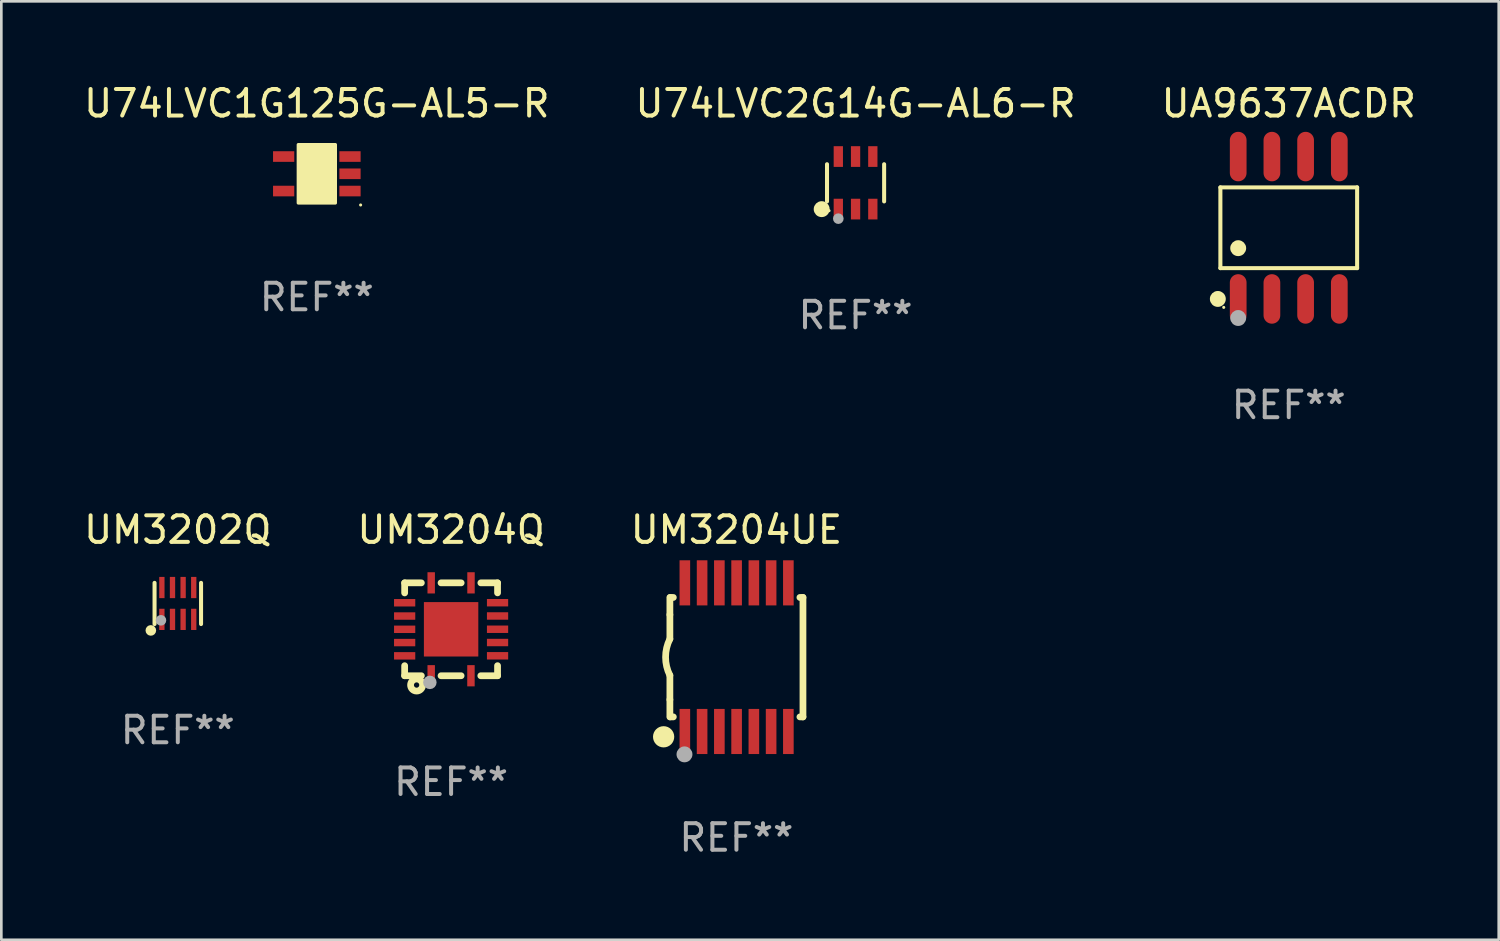
<source format=kicad_pcb>
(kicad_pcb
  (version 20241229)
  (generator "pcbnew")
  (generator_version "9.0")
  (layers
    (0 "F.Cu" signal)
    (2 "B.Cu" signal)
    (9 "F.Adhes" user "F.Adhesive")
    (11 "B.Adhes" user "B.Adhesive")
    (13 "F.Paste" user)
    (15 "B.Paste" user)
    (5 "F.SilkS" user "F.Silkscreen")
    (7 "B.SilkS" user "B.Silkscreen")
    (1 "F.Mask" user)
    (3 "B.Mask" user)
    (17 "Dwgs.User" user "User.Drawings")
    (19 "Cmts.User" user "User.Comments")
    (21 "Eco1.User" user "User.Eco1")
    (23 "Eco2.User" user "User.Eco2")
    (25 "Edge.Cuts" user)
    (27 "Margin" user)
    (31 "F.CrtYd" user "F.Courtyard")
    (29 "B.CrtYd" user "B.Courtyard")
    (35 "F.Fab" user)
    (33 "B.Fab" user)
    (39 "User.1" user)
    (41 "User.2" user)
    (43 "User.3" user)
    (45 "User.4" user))
  (footprint "U74LVC2G14G-AL6-R"
    (layer "F.Cu")
    (at 29.185 3.838)
    (property "Reference" "U74LVC2G14G-AL6-R" (at 0 -2.99 0) (layer "F.SilkS") (effects (font (size 1 1) (thickness 0.15))))
    (attr through_hole)
    (fp_line (start -1.076 0.701) (end -1.076 -0.701) (stroke (width 0.152) (type solid)) (layer "F.SilkS"))
    (fp_line (start 1.076 0.701) (end 1.076 -0.701) (stroke (width 0.152) (type solid)) (layer "F.SilkS"))
    (fp_circle (center -1.277 0.992) (end -1.127 0.992) (stroke (width 0.3) (type solid)) (fill no) (layer "F.SilkS"))
    (fp_circle (center -1 1.05) (end -0.97 1.05) (stroke (width 0.06) (type solid)) (fill no) (layer "F.SilkS"))
    (fp_circle (center -0.65 1.35) (end -0.55 1.35) (stroke (width 0.2) (type solid)) (fill no) (layer "F.Fab"))
    (fp_text user "REF**" (at 0 4.99 0) (layer "F.Fab") (effects (font (size 1 1) (thickness 0.15))))
    (pad "1" smd rect (at -0.65 0.99) (size 0.35 0.78) (layers "F.Cu" "F.Mask" "F.Paste"))
    (pad "2" smd rect (at 0 0.99) (size 0.35 0.78) (layers "F.Cu" "F.Mask" "F.Paste"))
    (pad "3" smd rect (at 0.65 0.99) (size 0.35 0.78) (layers "F.Cu" "F.Mask" "F.Paste"))
    (pad "4" smd rect (at 0.65 -0.99) (size 0.35 0.78) (layers "F.Cu" "F.Mask" "F.Paste"))
    (pad "5" smd rect (at 0 -0.99) (size 0.35 0.78) (layers "F.Cu" "F.Mask" "F.Paste"))
    (pad "6" smd rect (at -0.65 -0.99) (size 0.35 0.78) (layers "F.Cu" "F.Mask" "F.Paste")))
  (footprint "UA9637ACDR"
    (layer "F.Cu")
    (at 45.506 5.531)
    (property "Reference" "UA9637ACDR" (at 0 -4.682 0) (layer "F.SilkS") (effects (font (size 1 1) (thickness 0.15))))
    (attr through_hole)
    (fp_line (start -2.576 -1.521) (end 2.576 -1.521) (stroke (width 0.152) (type solid)) (layer "F.SilkS"))
    (fp_line (start -2.576 1.521) (end -2.576 -1.521) (stroke (width 0.152) (type solid)) (layer "F.SilkS"))
    (fp_line (start 2.576 -1.521) (end 2.576 1.521) (stroke (width 0.152) (type solid)) (layer "F.SilkS"))
    (fp_line (start 2.576 1.521) (end -2.576 1.521) (stroke (width 0.152) (type solid)) (layer "F.SilkS"))
    (fp_circle (center -2.672 2.682) (end -2.522 2.682) (stroke (width 0.3) (type solid)) (fill no) (layer "F.SilkS"))
    (fp_circle (center -2.45 3) (end -2.42 3) (stroke (width 0.06) (type solid)) (fill no) (layer "F.SilkS"))
    (fp_circle (center -1.905 0.769) (end -1.755 0.769) (stroke (width 0.3) (type solid)) (fill no) (layer "F.SilkS"))
    (fp_circle (center -1.905 3.4) (end -1.755 3.4) (stroke (width 0.3) (type solid)) (fill no) (layer "F.Fab"))
    (fp_text user "REF**" (at 0 6.682 0) (layer "F.Fab") (effects (font (size 1 1) (thickness 0.15))))
    (pad "1" smd oval (at -1.905 2.682) (size 0.63 1.865) (layers "F.Cu" "F.Mask" "F.Paste"))
    (pad "2" smd oval (at -0.635 2.682) (size 0.63 1.865) (layers "F.Cu" "F.Mask" "F.Paste"))
    (pad "3" smd oval (at 0.635 2.682) (size 0.63 1.865) (layers "F.Cu" "F.Mask" "F.Paste"))
    (pad "4" smd oval (at 1.905 2.682) (size 0.63 1.865) (layers "F.Cu" "F.Mask" "F.Paste"))
    (pad "5" smd oval (at 1.905 -2.682) (size 0.63 1.865) (layers "F.Cu" "F.Mask" "F.Paste"))
    (pad "6" smd oval (at 0.635 -2.682) (size 0.63 1.865) (layers "F.Cu" "F.Mask" "F.Paste"))
    (pad "7" smd oval (at -0.635 -2.682) (size 0.63 1.865) (layers "F.Cu" "F.Mask" "F.Paste"))
    (pad "8" smd oval (at -1.905 -2.682) (size 0.63 1.865) (layers "F.Cu" "F.Mask" "F.Paste")))
  (footprint "UM3202Q"
    (layer "F.Cu")
    (at 3.649 19.686)
    (property "Reference" "UM3202Q" (at 0 -2.776 0) (layer "F.SilkS") (effects (font (size 1 1) (thickness 0.15))))
    (attr through_hole)
    (fp_line (start -0.876 0.776) (end -0.876 -0.776) (stroke (width 0.152) (type solid)) (layer "F.SilkS"))
    (fp_line (start 0.876 0.776) (end 0.876 -0.776) (stroke (width 0.152) (type solid)) (layer "F.SilkS"))
    (fp_circle (center -1.016 1.016) (end -0.916 1.016) (stroke (width 0.2) (type solid)) (fill no) (layer "F.SilkS"))
    (fp_circle (center -0.85 0.7) (end -0.82 0.7) (stroke (width 0.06) (type solid)) (fill no) (layer "F.SilkS"))
    (fp_circle (center -0.635 0.635) (end -0.535 0.635) (stroke (width 0.2) (type solid)) (fill no) (layer "F.Fab"))
    (fp_text user "REF**" (at 0 4.776 0) (layer "F.Fab") (effects (font (size 1 1) (thickness 0.15))))
    (pad "1" smd rect (at -0.6 0.6) (size 0.2 0.8) (layers "F.Cu" "F.Mask" "F.Paste"))
    (pad "2" smd rect (at -0.2 0.6) (size 0.2 0.8) (layers "F.Cu" "F.Mask" "F.Paste"))
    (pad "3" smd rect (at 0.2 0.6) (size 0.2 0.8) (layers "F.Cu" "F.Mask" "F.Paste"))
    (pad "4" smd rect (at 0.6 0.6) (size 0.2 0.8) (layers "F.Cu" "F.Mask" "F.Paste"))
    (pad "5" smd rect (at 0.6 -0.6) (size 0.2 0.8) (layers "F.Cu" "F.Mask" "F.Paste"))
    (pad "6" smd rect (at 0.2 -0.6) (size 0.2 0.8) (layers "F.Cu" "F.Mask" "F.Paste"))
    (pad "7" smd rect (at -0.2 -0.6) (size 0.2 0.8) (layers "F.Cu" "F.Mask" "F.Paste"))
    (pad "8" smd rect (at -0.6 -0.6) (size 0.2 0.8) (layers "F.Cu" "F.Mask" "F.Paste")))
  (footprint "UM3204UE"
    (layer "F.Cu")
    (at 24.696 21.71)
    (property "Reference" "UM3204UE" (at 0 -4.8 0) (layer "F.SilkS") (effects (font (size 1 1) (thickness 0.15))))
    (attr through_hole)
    (fp_line (start -2.507 -1.6) (end -2.507 -2.25) (stroke (width 0.254) (type solid)) (layer "F.SilkS"))
    (fp_line (start -2.507 -0.686) (end -2.507 -1.6) (stroke (width 0.254) (type solid)) (layer "F.SilkS"))
    (fp_line (start -2.507 1.6) (end -2.507 0.686) (stroke (width 0.254) (type solid)) (layer "F.SilkS"))
    (fp_line (start -2.507 1.6) (end -2.507 2.25) (stroke (width 0.254) (type solid)) (layer "F.SilkS"))
    (fp_line (start -2.493 -2.25) (end -2.377 -2.25) (stroke (width 0.254) (type solid)) (layer "F.SilkS"))
    (fp_line (start -2.377 2.25) (end -2.493 2.25) (stroke (width 0.254) (type solid)) (layer "F.SilkS"))
    (fp_line (start 2.392 -2.25) (end 2.507 -2.25) (stroke (width 0.254) (type solid)) (layer "F.SilkS"))
    (fp_line (start 2.507 -2.25) (end 2.507 2.25) (stroke (width 0.254) (type solid)) (layer "F.SilkS"))
    (fp_line (start 2.507 2.25) (end 2.392 2.25) (stroke (width 0.254) (type solid)) (layer "F.SilkS"))
    (fp_arc (start -2.507303 0.685802) (mid -2.669199 0) (end -2.507303 -0.685801) (stroke (width 0.254001) (type solid)) (layer "F.SilkS"))
    (fp_circle (center -2.743 3) (end -2.543 3) (stroke (width 0.4) (type solid)) (fill no) (layer "F.SilkS"))
    (fp_circle (center -2.493 3.2) (end -2.463 3.2) (stroke (width 0.06) (type solid)) (fill no) (layer "F.SilkS"))
    (fp_circle (center -1.957 3.662) (end -1.807 3.662) (stroke (width 0.3) (type solid)) (fill no) (layer "F.Fab"))
    (fp_text user "REF**" (at 0 6.8 0) (layer "F.Fab") (effects (font (size 1 1) (thickness 0.15))))
    (pad "1" smd rect (at -1.943 2.8) (size 0.4 1.7) (layers "F.Cu" "F.Mask" "F.Paste"))
    (pad "2" smd rect (at -1.293 2.8) (size 0.4 1.7) (layers "F.Cu" "F.Mask" "F.Paste"))
    (pad "3" smd rect (at -0.643 2.8) (size 0.4 1.7) (layers "F.Cu" "F.Mask" "F.Paste"))
    (pad "4" smd rect (at 0.007 2.8) (size 0.4 1.7) (layers "F.Cu" "F.Mask" "F.Paste"))
    (pad "5" smd rect (at 0.657 2.8) (size 0.4 1.7) (layers "F.Cu" "F.Mask" "F.Paste"))
    (pad "6" smd rect (at 1.307 2.8) (size 0.4 1.7) (layers "F.Cu" "F.Mask" "F.Paste"))
    (pad "7" smd rect (at 1.957 2.8) (size 0.4 1.7) (layers "F.Cu" "F.Mask" "F.Paste"))
    (pad "8" smd rect (at 1.957 -2.8) (size 0.4 1.7) (layers "F.Cu" "F.Mask" "F.Paste"))
    (pad "9" smd rect (at 1.307 -2.8) (size 0.4 1.7) (layers "F.Cu" "F.Mask" "F.Paste"))
    (pad "10" smd rect (at 0.657 -2.8) (size 0.4 1.7) (layers "F.Cu" "F.Mask" "F.Paste"))
    (pad "11" smd rect (at 0.007 -2.8) (size 0.4 1.7) (layers "F.Cu" "F.Mask" "F.Paste"))
    (pad "12" smd rect (at -0.643 -2.8) (size 0.4 1.7) (layers "F.Cu" "F.Mask" "F.Paste"))
    (pad "13" smd rect (at -1.293 -2.8) (size 0.4 1.7) (layers "F.Cu" "F.Mask" "F.Paste"))
    (pad "14" smd rect (at -1.943 -2.8) (size 0.4 1.7) (layers "F.Cu" "F.Mask" "F.Paste")))
  (footprint "U74LVC1G125G-AL5-R"
    (layer "F.Cu")
    (at 8.887 3.498)
    (property "Reference" "U74LVC1G125G-AL5-R" (at 0 -2.65 0) (layer "F.SilkS") (effects (font (size 1 1) (thickness 0.15))))
    (attr through_hole)
    (fp_arc (start 0.381001 0.637541) (mid 0.380995 0.636271) (end 0.381001 0.635001) (stroke (width 0.24892) (type solid)) (layer "F.SilkS"))
    (fp_circle (center 1.65 1.175) (end 1.68 1.175) (stroke (width 0.06) (type solid)) (fill no) (layer "F.SilkS"))
    (fp_poly (pts (xy -0.7 -1.1) (xy 0.7 -1.1) (xy 0.7 1.1) (xy -0.7 1.1)) (stroke (width 0.12) (type solid)) (fill yes) (layer "F.SilkS"))
    (fp_text user "REF**" (at 0 4.65 0) (layer "F.Fab") (effects (font (size 1 1) (thickness 0.15))))
    (pad "1" smd rect (at 1.25 0.65 270) (size 0.4 0.8) (layers "F.Cu" "F.Mask" "F.Paste"))
    (pad "2" smd rect (at 1.25 0 270) (size 0.4 0.8) (layers "F.Cu" "F.Mask" "F.Paste"))
    (pad "3" smd rect (at 1.25 -0.65 270) (size 0.4 0.8) (layers "F.Cu" "F.Mask" "F.Paste"))
    (pad "4" smd rect (at -1.25 -0.65 270) (size 0.4 0.8) (layers "F.Cu" "F.Mask" "F.Paste"))
    (pad "5" smd rect (at -1.25 0.65 270) (size 0.4 0.8) (layers "F.Cu" "F.Mask" "F.Paste")))
  (footprint "UM3204Q"
    (layer "F.Cu")
    (at 13.946 20.66)
    (property "Reference" "UM3204Q" (at 0 -3.75 0) (layer "F.SilkS") (effects (font (size 1 1) (thickness 0.15))))
    (attr through_hole)
    (fp_line (start -1.75 -1.75) (end -1.75 -1.371) (stroke (width 0.254) (type solid)) (layer "F.SilkS"))
    (fp_line (start -1.75 1.371) (end -1.75 1.75) (stroke (width 0.254) (type solid)) (layer "F.SilkS"))
    (fp_line (start -1.75 1.75) (end -1.121 1.75) (stroke (width 0.254) (type solid)) (layer "F.SilkS"))
    (fp_line (start -1.121 -1.75) (end -1.75 -1.75) (stroke (width 0.254) (type solid)) (layer "F.SilkS"))
    (fp_line (start -0.379 1.75) (end 0.377 1.75) (stroke (width 0.254) (type solid)) (layer "F.SilkS"))
    (fp_line (start 0.379 -1.75) (end -0.379 -1.75) (stroke (width 0.254) (type solid)) (layer "F.SilkS"))
    (fp_line (start 1.119 1.75) (end 1.75 1.75) (stroke (width 0.254) (type solid)) (layer "F.SilkS"))
    (fp_line (start 1.75 -1.75) (end 1.121 -1.75) (stroke (width 0.254) (type solid)) (layer "F.SilkS"))
    (fp_line (start 1.75 -1.373) (end 1.75 -1.75) (stroke (width 0.254) (type solid)) (layer "F.SilkS"))
    (fp_line (start 1.75 1.75) (end 1.75 1.37) (stroke (width 0.254) (type solid)) (layer "F.SilkS"))
    (fp_circle (center -1.752 1.752) (end -1.722 1.752) (stroke (width 0.06) (type solid)) (fill no) (layer "F.SilkS"))
    (fp_circle (center -1.3 2.1) (end -1.2 2.1) (stroke (width 0.254) (type solid)) (fill no) (layer "F.SilkS"))
    (fp_circle (center -0.8 2) (end -0.673 2) (stroke (width 0.254) (type solid)) (fill no) (layer "F.Fab"))
    (fp_text user "REF**" (at 0 5.75 0) (layer "F.Fab") (effects (font (size 1 1) (thickness 0.15))))
    (pad "1" smd rect (at -0.75 1.75) (size 0.28 0.8) (layers "F.Cu" "F.Mask" "F.Paste"))
    (pad "2" smd rect (at 0.748 1.75) (size 0.28 0.8) (layers "F.Cu" "F.Mask" "F.Paste"))
    (pad "3" smd rect (at 1.75 0.998) (size 0.8 0.28) (layers "F.Cu" "F.Mask" "F.Paste"))
    (pad "4" smd rect (at 1.75 0.498) (size 0.8 0.28) (layers "F.Cu" "F.Mask" "F.Paste"))
    (pad "5" smd rect (at 1.75 -0.002) (size 0.8 0.28) (layers "F.Cu" "F.Mask" "F.Paste"))
    (pad "6" smd rect (at 1.75 -0.502) (size 0.8 0.28) (layers "F.Cu" "F.Mask" "F.Paste"))
    (pad "7" smd rect (at 1.75 -1.002) (size 0.8 0.28) (layers "F.Cu" "F.Mask" "F.Paste"))
    (pad "8" smd rect (at 0.75 -1.75) (size 0.28 0.8) (layers "F.Cu" "F.Mask" "F.Paste"))
    (pad "9" smd rect (at -0.75 -1.75) (size 0.28 0.8) (layers "F.Cu" "F.Mask" "F.Paste"))
    (pad "10" smd rect (at -1.75 -1) (size 0.8 0.28) (layers "F.Cu" "F.Mask" "F.Paste"))
    (pad "11" smd rect (at -1.75 -0.5) (size 0.8 0.28) (layers "F.Cu" "F.Mask" "F.Paste"))
    (pad "12" smd rect (at -1.75 0) (size 0.8 0.28) (layers "F.Cu" "F.Mask" "F.Paste"))
    (pad "13" smd rect (at -1.75 0.5) (size 0.8 0.28) (layers "F.Cu" "F.Mask" "F.Paste"))
    (pad "14" smd rect (at -1.75 1) (size 0.8 0.28) (layers "F.Cu" "F.Mask" "F.Paste"))
    (pad "15" smd rect (at -0.000013 0) (size 2.05 2.05) (layers "F.Cu" "F.Mask" "F.Paste")))
  (gr_rect
    (start -3 -3)
    (end 53.417 32.358)
    (stroke (width 0.1) (type default))
    (fill no)
    (layer "Edge.Cuts")))
</source>
